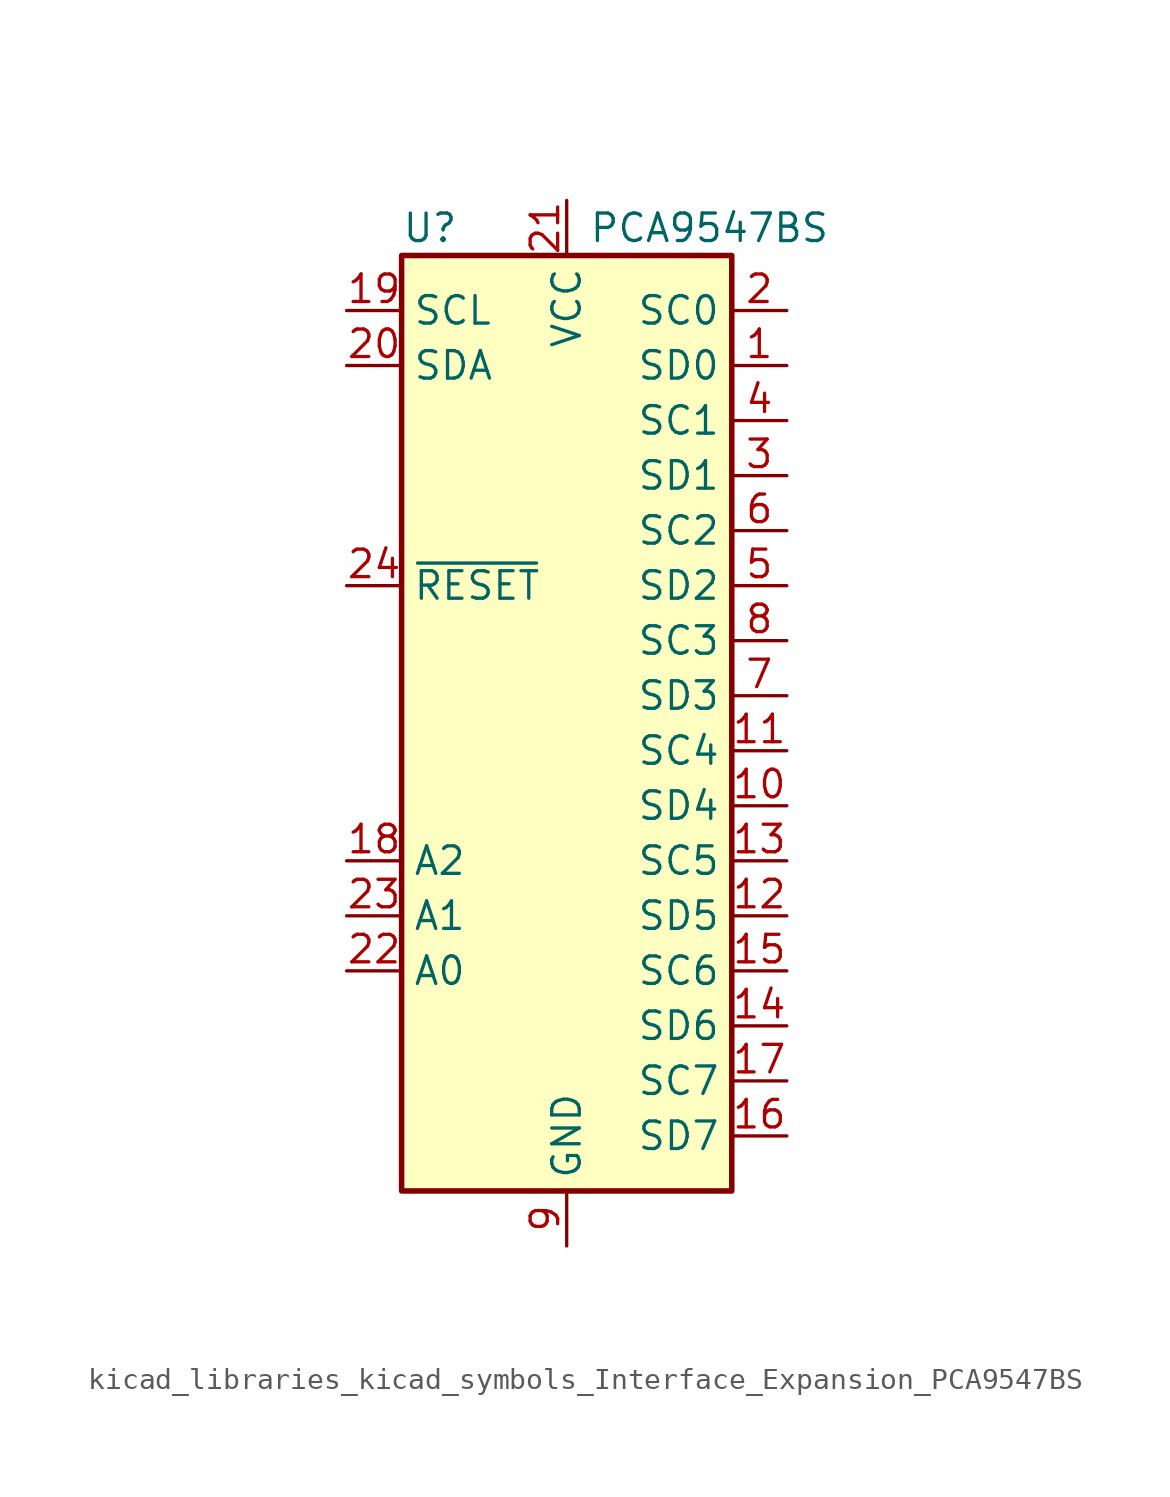
<source format=kicad_sym>
(kicad_symbol_lib
  (version 20220914)
  (generator kicad_symbol_editor)
  (symbol "kicad_libraries_kicad_symbols_Interface_Expansion_PCA9547BS"
    (property "Reference" "U"
      (at -7.62 21.59 0)
      (effects (font (size 1.27 1.27)) (justify left)))
    (property "Value" "PCA9547BS"
      (at 1.016 21.59 0)
      (effects (font (size 1.27 1.27)) (justify left)))
    (symbol "kicad_libraries_kicad_symbols_Interface_Expansion_PCA9547BS_0_1"
      (rectangle (start -7.62 20.32) (end 7.62 -22.86) (stroke (width 0.254) (type default)) (fill (type background))))
    (symbol "kicad_libraries_kicad_symbols_Interface_Expansion_PCA9547BS_1_1"
      (pin bidirectional line (at 10.16 15.24 180) (length 2.54) (name "SD0" (effects (font (size 1.27 1.27)))) (number "1" (effects (font (size 1.27 1.27)))))
      (pin bidirectional line (at 10.16 -5.08 180) (length 2.54) (name "SD4" (effects (font (size 1.27 1.27)))) (number "10" (effects (font (size 1.27 1.27)))))
      (pin output line (at 10.16 -2.54 180) (length 2.54) (name "SC4" (effects (font (size 1.27 1.27)))) (number "11" (effects (font (size 1.27 1.27)))))
      (pin bidirectional line (at 10.16 -10.16 180) (length 2.54) (name "SD5" (effects (font (size 1.27 1.27)))) (number "12" (effects (font (size 1.27 1.27)))))
      (pin output line (at 10.16 -7.62 180) (length 2.54) (name "SC5" (effects (font (size 1.27 1.27)))) (number "13" (effects (font (size 1.27 1.27)))))
      (pin bidirectional line (at 10.16 -15.24 180) (length 2.54) (name "SD6" (effects (font (size 1.27 1.27)))) (number "14" (effects (font (size 1.27 1.27)))))
      (pin output line (at 10.16 -12.7 180) (length 2.54) (name "SC6" (effects (font (size 1.27 1.27)))) (number "15" (effects (font (size 1.27 1.27)))))
      (pin bidirectional line (at 10.16 -20.32 180) (length 2.54) (name "SD7" (effects (font (size 1.27 1.27)))) (number "16" (effects (font (size 1.27 1.27)))))
      (pin output line (at 10.16 -17.78 180) (length 2.54) (name "SC7" (effects (font (size 1.27 1.27)))) (number "17" (effects (font (size 1.27 1.27)))))
      (pin input line (at -10.16 -7.62 0) (length 2.54) (name "A2" (effects (font (size 1.27 1.27)))) (number "18" (effects (font (size 1.27 1.27)))))
      (pin input line (at -10.16 17.78 0) (length 2.54) (name "SCL" (effects (font (size 1.27 1.27)))) (number "19" (effects (font (size 1.27 1.27)))))
      (pin output line (at 10.16 17.78 180) (length 2.54) (name "SC0" (effects (font (size 1.27 1.27)))) (number "2" (effects (font (size 1.27 1.27)))))
      (pin bidirectional line (at -10.16 15.24 0) (length 2.54) (name "SDA" (effects (font (size 1.27 1.27)))) (number "20" (effects (font (size 1.27 1.27)))))
      (pin power_in line (at 0 22.86 270) (length 2.54) (name "VCC" (effects (font (size 1.27 1.27)))) (number "21" (effects (font (size 1.27 1.27)))))
      (pin input line (at -10.16 -12.7 0) (length 2.54) (name "A0" (effects (font (size 1.27 1.27)))) (number "22" (effects (font (size 1.27 1.27)))))
      (pin input line (at -10.16 -10.16 0) (length 2.54) (name "A1" (effects (font (size 1.27 1.27)))) (number "23" (effects (font (size 1.27 1.27)))))
      (pin input line (at -10.16 5.08 0) (length 2.54) (name "~{RESET}" (effects (font (size 1.27 1.27)))) (number "24" (effects (font (size 1.27 1.27)))))
      (pin passive line (at 0 -25.4 90) (length 2.54) hide (name "GND" (effects (font (size 1.27 1.27)))) (number "25" (effects (font (size 1.27 1.27)))))
      (pin bidirectional line (at 10.16 10.16 180) (length 2.54) (name "SD1" (effects (font (size 1.27 1.27)))) (number "3" (effects (font (size 1.27 1.27)))))
      (pin output line (at 10.16 12.7 180) (length 2.54) (name "SC1" (effects (font (size 1.27 1.27)))) (number "4" (effects (font (size 1.27 1.27)))))
      (pin bidirectional line (at 10.16 5.08 180) (length 2.54) (name "SD2" (effects (font (size 1.27 1.27)))) (number "5" (effects (font (size 1.27 1.27)))))
      (pin output line (at 10.16 7.62 180) (length 2.54) (name "SC2" (effects (font (size 1.27 1.27)))) (number "6" (effects (font (size 1.27 1.27)))))
      (pin bidirectional line (at 10.16 0 180) (length 2.54) (name "SD3" (effects (font (size 1.27 1.27)))) (number "7" (effects (font (size 1.27 1.27)))))
      (pin output line (at 10.16 2.54 180) (length 2.54) (name "SC3" (effects (font (size 1.27 1.27)))) (number "8" (effects (font (size 1.27 1.27)))))
      (pin power_in line (at 0 -25.4 90) (length 2.54) (name "GND" (effects (font (size 1.27 1.27)))) (number "9" (effects (font (size 1.27 1.27))))))))
</source>
